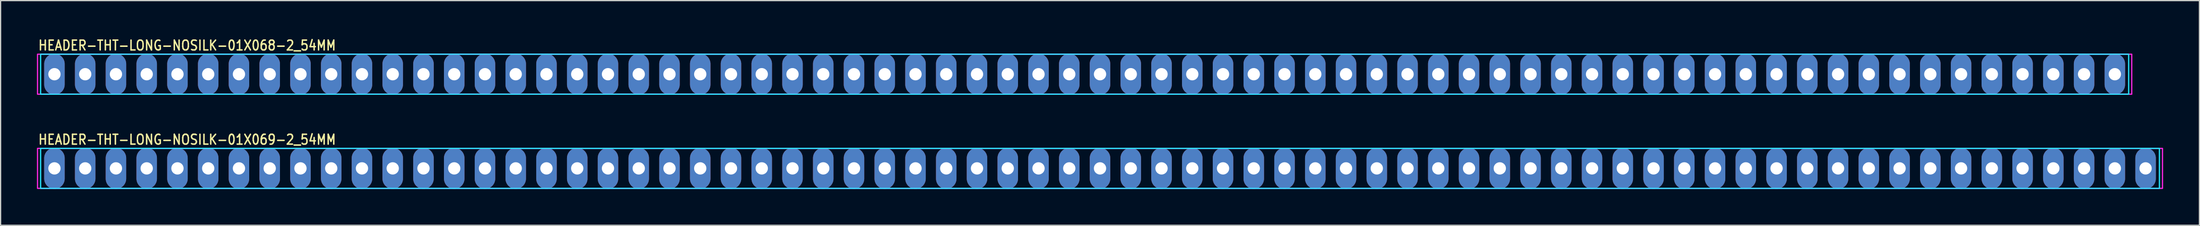
<source format=kicad_pcb>
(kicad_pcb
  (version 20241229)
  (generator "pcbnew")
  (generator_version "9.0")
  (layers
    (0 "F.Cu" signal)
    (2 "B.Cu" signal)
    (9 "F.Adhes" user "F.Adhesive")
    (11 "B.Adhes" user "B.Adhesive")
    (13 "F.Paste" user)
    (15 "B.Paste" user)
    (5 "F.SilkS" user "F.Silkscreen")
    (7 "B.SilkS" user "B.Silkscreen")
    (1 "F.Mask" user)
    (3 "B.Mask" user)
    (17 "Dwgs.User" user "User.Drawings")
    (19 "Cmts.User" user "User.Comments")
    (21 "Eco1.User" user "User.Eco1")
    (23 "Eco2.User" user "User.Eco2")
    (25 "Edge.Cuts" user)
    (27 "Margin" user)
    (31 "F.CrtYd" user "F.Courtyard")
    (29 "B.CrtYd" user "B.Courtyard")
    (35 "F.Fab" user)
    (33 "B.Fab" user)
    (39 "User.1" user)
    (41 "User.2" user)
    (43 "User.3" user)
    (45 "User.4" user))
  (footprint "HEADER-THT-LONG-NOSILK-01X069-2_54MM"
    (layer "F.Cu")
    (at 1.447 10.858)
    (property "Reference" "HEADER-THT-LONG-NOSILK-01X069-2_54MM" (at -1.4 -1.9 0) (unlocked yes) (layer "F.SilkS") (effects (font (size 0.813 0.695) (thickness 0.122)) (justify left bottom)))
    (fp_poly (pts (xy -1.143 -1.651) (xy 173.863 -1.651) (xy 173.863 1.651) (xy -1.143 1.651)) (stroke (width 0.1) (type solid)) (fill no) (layer "B.CrtYd"))
    (fp_poly (pts (xy -1.397 -1.651) (xy 174.117 -1.651) (xy 174.117 1.651) (xy -1.397 1.651)) (stroke (width 0.1) (type solid)) (fill no) (layer "F.CrtYd"))
    (pad "1" thru_hole oval (at 0 0 90) (size 3.387 1.693) (drill 1.016) (layers "*.Cu" "*.Mask"))
    (pad "2" thru_hole oval (at 2.54 0 90) (size 3.387 1.693) (drill 1.016) (layers "*.Cu" "*.Mask"))
    (pad "3" thru_hole oval (at 5.08 0 90) (size 3.387 1.693) (drill 1.016) (layers "*.Cu" "*.Mask"))
    (pad "4" thru_hole oval (at 7.62 0 90) (size 3.387 1.693) (drill 1.016) (layers "*.Cu" "*.Mask"))
    (pad "5" thru_hole oval (at 10.16 0 90) (size 3.387 1.693) (drill 1.016) (layers "*.Cu" "*.Mask"))
    (pad "6" thru_hole oval (at 12.7 0 90) (size 3.387 1.693) (drill 1.016) (layers "*.Cu" "*.Mask"))
    (pad "7" thru_hole oval (at 15.24 0 90) (size 3.387 1.693) (drill 1.016) (layers "*.Cu" "*.Mask"))
    (pad "8" thru_hole oval (at 17.78 0 90) (size 3.387 1.693) (drill 1.016) (layers "*.Cu" "*.Mask"))
    (pad "9" thru_hole oval (at 20.32 0 90) (size 3.387 1.693) (drill 1.016) (layers "*.Cu" "*.Mask"))
    (pad "10" thru_hole oval (at 22.86 0 90) (size 3.387 1.693) (drill 1.016) (layers "*.Cu" "*.Mask"))
    (pad "11" thru_hole oval (at 25.4 0 90) (size 3.387 1.693) (drill 1.016) (layers "*.Cu" "*.Mask"))
    (pad "12" thru_hole oval (at 27.94 0 90) (size 3.387 1.693) (drill 1.016) (layers "*.Cu" "*.Mask"))
    (pad "13" thru_hole oval (at 30.48 0 90) (size 3.387 1.693) (drill 1.016) (layers "*.Cu" "*.Mask"))
    (pad "14" thru_hole oval (at 33.02 0 90) (size 3.387 1.693) (drill 1.016) (layers "*.Cu" "*.Mask"))
    (pad "15" thru_hole oval (at 35.56 0 90) (size 3.387 1.693) (drill 1.016) (layers "*.Cu" "*.Mask"))
    (pad "16" thru_hole oval (at 38.1 0 90) (size 3.387 1.693) (drill 1.016) (layers "*.Cu" "*.Mask"))
    (pad "17" thru_hole oval (at 40.64 0 90) (size 3.387 1.693) (drill 1.016) (layers "*.Cu" "*.Mask"))
    (pad "18" thru_hole oval (at 43.18 0 90) (size 3.387 1.693) (drill 1.016) (layers "*.Cu" "*.Mask"))
    (pad "19" thru_hole oval (at 45.72 0 90) (size 3.387 1.693) (drill 1.016) (layers "*.Cu" "*.Mask"))
    (pad "20" thru_hole oval (at 48.26 0 90) (size 3.387 1.693) (drill 1.016) (layers "*.Cu" "*.Mask"))
    (pad "21" thru_hole oval (at 50.8 0 90) (size 3.387 1.693) (drill 1.016) (layers "*.Cu" "*.Mask"))
    (pad "22" thru_hole oval (at 53.34 0 90) (size 3.387 1.693) (drill 1.016) (layers "*.Cu" "*.Mask"))
    (pad "23" thru_hole oval (at 55.88 0 90) (size 3.387 1.693) (drill 1.016) (layers "*.Cu" "*.Mask"))
    (pad "24" thru_hole oval (at 58.42 0 90) (size 3.387 1.693) (drill 1.016) (layers "*.Cu" "*.Mask"))
    (pad "25" thru_hole oval (at 60.96 0 90) (size 3.387 1.693) (drill 1.016) (layers "*.Cu" "*.Mask"))
    (pad "26" thru_hole oval (at 63.5 0 90) (size 3.387 1.693) (drill 1.016) (layers "*.Cu" "*.Mask"))
    (pad "27" thru_hole oval (at 66.04 0 90) (size 3.387 1.693) (drill 1.016) (layers "*.Cu" "*.Mask"))
    (pad "28" thru_hole oval (at 68.58 0 90) (size 3.387 1.693) (drill 1.016) (layers "*.Cu" "*.Mask"))
    (pad "29" thru_hole oval (at 71.12 0 90) (size 3.387 1.693) (drill 1.016) (layers "*.Cu" "*.Mask"))
    (pad "30" thru_hole oval (at 73.66 0 90) (size 3.387 1.693) (drill 1.016) (layers "*.Cu" "*.Mask"))
    (pad "31" thru_hole oval (at 76.2 0 90) (size 3.387 1.693) (drill 1.016) (layers "*.Cu" "*.Mask"))
    (pad "32" thru_hole oval (at 78.74 0 90) (size 3.387 1.693) (drill 1.016) (layers "*.Cu" "*.Mask"))
    (pad "33" thru_hole oval (at 81.28 0 90) (size 3.387 1.693) (drill 1.016) (layers "*.Cu" "*.Mask"))
    (pad "34" thru_hole oval (at 83.82 0 90) (size 3.387 1.693) (drill 1.016) (layers "*.Cu" "*.Mask"))
    (pad "35" thru_hole oval (at 86.36 0 90) (size 3.387 1.693) (drill 1.016) (layers "*.Cu" "*.Mask"))
    (pad "36" thru_hole oval (at 88.9 0 90) (size 3.387 1.693) (drill 1.016) (layers "*.Cu" "*.Mask"))
    (pad "37" thru_hole oval (at 91.44 0 90) (size 3.387 1.693) (drill 1.016) (layers "*.Cu" "*.Mask"))
    (pad "38" thru_hole oval (at 93.98 0 90) (size 3.387 1.693) (drill 1.016) (layers "*.Cu" "*.Mask"))
    (pad "39" thru_hole oval (at 96.52 0 90) (size 3.387 1.693) (drill 1.016) (layers "*.Cu" "*.Mask"))
    (pad "40" thru_hole oval (at 99.06 0 90) (size 3.387 1.693) (drill 1.016) (layers "*.Cu" "*.Mask"))
    (pad "41" thru_hole oval (at 101.6 0 90) (size 3.387 1.693) (drill 1.016) (layers "*.Cu" "*.Mask"))
    (pad "42" thru_hole oval (at 104.14 0 90) (size 3.387 1.693) (drill 1.016) (layers "*.Cu" "*.Mask"))
    (pad "43" thru_hole oval (at 106.68 0 90) (size 3.387 1.693) (drill 1.016) (layers "*.Cu" "*.Mask"))
    (pad "44" thru_hole oval (at 109.22 0 90) (size 3.387 1.693) (drill 1.016) (layers "*.Cu" "*.Mask"))
    (pad "45" thru_hole oval (at 111.76 0 90) (size 3.387 1.693) (drill 1.016) (layers "*.Cu" "*.Mask"))
    (pad "46" thru_hole oval (at 114.3 0 90) (size 3.387 1.693) (drill 1.016) (layers "*.Cu" "*.Mask"))
    (pad "47" thru_hole oval (at 116.84 0 90) (size 3.387 1.693) (drill 1.016) (layers "*.Cu" "*.Mask"))
    (pad "48" thru_hole oval (at 119.38 0 90) (size 3.387 1.693) (drill 1.016) (layers "*.Cu" "*.Mask"))
    (pad "49" thru_hole oval (at 121.92 0 90) (size 3.387 1.693) (drill 1.016) (layers "*.Cu" "*.Mask"))
    (pad "50" thru_hole oval (at 124.46 0 90) (size 3.387 1.693) (drill 1.016) (layers "*.Cu" "*.Mask"))
    (pad "51" thru_hole oval (at 127 0 90) (size 3.387 1.693) (drill 1.016) (layers "*.Cu" "*.Mask"))
    (pad "52" thru_hole oval (at 129.54 0 90) (size 3.387 1.693) (drill 1.016) (layers "*.Cu" "*.Mask"))
    (pad "53" thru_hole oval (at 132.08 0 90) (size 3.387 1.693) (drill 1.016) (layers "*.Cu" "*.Mask"))
    (pad "54" thru_hole oval (at 134.62 0 90) (size 3.387 1.693) (drill 1.016) (layers "*.Cu" "*.Mask"))
    (pad "55" thru_hole oval (at 137.16 0 90) (size 3.387 1.693) (drill 1.016) (layers "*.Cu" "*.Mask"))
    (pad "56" thru_hole oval (at 139.7 0 90) (size 3.387 1.693) (drill 1.016) (layers "*.Cu" "*.Mask"))
    (pad "57" thru_hole oval (at 142.24 0 90) (size 3.387 1.693) (drill 1.016) (layers "*.Cu" "*.Mask"))
    (pad "58" thru_hole oval (at 144.78 0 90) (size 3.387 1.693) (drill 1.016) (layers "*.Cu" "*.Mask"))
    (pad "59" thru_hole oval (at 147.32 0 90) (size 3.387 1.693) (drill 1.016) (layers "*.Cu" "*.Mask"))
    (pad "60" thru_hole oval (at 149.86 0 90) (size 3.387 1.693) (drill 1.016) (layers "*.Cu" "*.Mask"))
    (pad "61" thru_hole oval (at 152.4 0 90) (size 3.387 1.693) (drill 1.016) (layers "*.Cu" "*.Mask"))
    (pad "62" thru_hole oval (at 154.94 0 90) (size 3.387 1.693) (drill 1.016) (layers "*.Cu" "*.Mask"))
    (pad "63" thru_hole oval (at 157.48 0 90) (size 3.387 1.693) (drill 1.016) (layers "*.Cu" "*.Mask"))
    (pad "64" thru_hole oval (at 160.02 0 90) (size 3.387 1.693) (drill 1.016) (layers "*.Cu" "*.Mask"))
    (pad "65" thru_hole oval (at 162.56 0 90) (size 3.387 1.693) (drill 1.016) (layers "*.Cu" "*.Mask"))
    (pad "66" thru_hole oval (at 165.1 0 90) (size 3.387 1.693) (drill 1.016) (layers "*.Cu" "*.Mask"))
    (pad "67" thru_hole oval (at 167.64 0 90) (size 3.387 1.693) (drill 1.016) (layers "*.Cu" "*.Mask"))
    (pad "68" thru_hole oval (at 170.18 0 90) (size 3.387 1.693) (drill 1.016) (layers "*.Cu" "*.Mask"))
    (pad "69" thru_hole oval (at 172.72 0 90) (size 3.387 1.693) (drill 1.016) (layers "*.Cu" "*.Mask")))
  (footprint "HEADER-THT-LONG-NOSILK-01X068-2_54MM"
    (layer "F.Cu")
    (at 1.447 3.079)
    (property "Reference" "HEADER-THT-LONG-NOSILK-01X068-2_54MM" (at -1.4 -1.9 0) (unlocked yes) (layer "F.SilkS") (effects (font (size 0.813 0.695) (thickness 0.122)) (justify left bottom)))
    (fp_poly (pts (xy -1.143 -1.651) (xy 171.323 -1.651) (xy 171.323 1.651) (xy -1.143 1.651)) (stroke (width 0.1) (type solid)) (fill no) (layer "B.CrtYd"))
    (fp_poly (pts (xy -1.397 -1.651) (xy 171.577 -1.651) (xy 171.577 1.651) (xy -1.397 1.651)) (stroke (width 0.1) (type solid)) (fill no) (layer "F.CrtYd"))
    (pad "1" thru_hole oval (at 0 0 90) (size 3.387 1.693) (drill 1.016) (layers "*.Cu" "*.Mask"))
    (pad "2" thru_hole oval (at 2.54 0 90) (size 3.387 1.693) (drill 1.016) (layers "*.Cu" "*.Mask"))
    (pad "3" thru_hole oval (at 5.08 0 90) (size 3.387 1.693) (drill 1.016) (layers "*.Cu" "*.Mask"))
    (pad "4" thru_hole oval (at 7.62 0 90) (size 3.387 1.693) (drill 1.016) (layers "*.Cu" "*.Mask"))
    (pad "5" thru_hole oval (at 10.16 0 90) (size 3.387 1.693) (drill 1.016) (layers "*.Cu" "*.Mask"))
    (pad "6" thru_hole oval (at 12.7 0 90) (size 3.387 1.693) (drill 1.016) (layers "*.Cu" "*.Mask"))
    (pad "7" thru_hole oval (at 15.24 0 90) (size 3.387 1.693) (drill 1.016) (layers "*.Cu" "*.Mask"))
    (pad "8" thru_hole oval (at 17.78 0 90) (size 3.387 1.693) (drill 1.016) (layers "*.Cu" "*.Mask"))
    (pad "9" thru_hole oval (at 20.32 0 90) (size 3.387 1.693) (drill 1.016) (layers "*.Cu" "*.Mask"))
    (pad "10" thru_hole oval (at 22.86 0 90) (size 3.387 1.693) (drill 1.016) (layers "*.Cu" "*.Mask"))
    (pad "11" thru_hole oval (at 25.4 0 90) (size 3.387 1.693) (drill 1.016) (layers "*.Cu" "*.Mask"))
    (pad "12" thru_hole oval (at 27.94 0 90) (size 3.387 1.693) (drill 1.016) (layers "*.Cu" "*.Mask"))
    (pad "13" thru_hole oval (at 30.48 0 90) (size 3.387 1.693) (drill 1.016) (layers "*.Cu" "*.Mask"))
    (pad "14" thru_hole oval (at 33.02 0 90) (size 3.387 1.693) (drill 1.016) (layers "*.Cu" "*.Mask"))
    (pad "15" thru_hole oval (at 35.56 0 90) (size 3.387 1.693) (drill 1.016) (layers "*.Cu" "*.Mask"))
    (pad "16" thru_hole oval (at 38.1 0 90) (size 3.387 1.693) (drill 1.016) (layers "*.Cu" "*.Mask"))
    (pad "17" thru_hole oval (at 40.64 0 90) (size 3.387 1.693) (drill 1.016) (layers "*.Cu" "*.Mask"))
    (pad "18" thru_hole oval (at 43.18 0 90) (size 3.387 1.693) (drill 1.016) (layers "*.Cu" "*.Mask"))
    (pad "19" thru_hole oval (at 45.72 0 90) (size 3.387 1.693) (drill 1.016) (layers "*.Cu" "*.Mask"))
    (pad "20" thru_hole oval (at 48.26 0 90) (size 3.387 1.693) (drill 1.016) (layers "*.Cu" "*.Mask"))
    (pad "21" thru_hole oval (at 50.8 0 90) (size 3.387 1.693) (drill 1.016) (layers "*.Cu" "*.Mask"))
    (pad "22" thru_hole oval (at 53.34 0 90) (size 3.387 1.693) (drill 1.016) (layers "*.Cu" "*.Mask"))
    (pad "23" thru_hole oval (at 55.88 0 90) (size 3.387 1.693) (drill 1.016) (layers "*.Cu" "*.Mask"))
    (pad "24" thru_hole oval (at 58.42 0 90) (size 3.387 1.693) (drill 1.016) (layers "*.Cu" "*.Mask"))
    (pad "25" thru_hole oval (at 60.96 0 90) (size 3.387 1.693) (drill 1.016) (layers "*.Cu" "*.Mask"))
    (pad "26" thru_hole oval (at 63.5 0 90) (size 3.387 1.693) (drill 1.016) (layers "*.Cu" "*.Mask"))
    (pad "27" thru_hole oval (at 66.04 0 90) (size 3.387 1.693) (drill 1.016) (layers "*.Cu" "*.Mask"))
    (pad "28" thru_hole oval (at 68.58 0 90) (size 3.387 1.693) (drill 1.016) (layers "*.Cu" "*.Mask"))
    (pad "29" thru_hole oval (at 71.12 0 90) (size 3.387 1.693) (drill 1.016) (layers "*.Cu" "*.Mask"))
    (pad "30" thru_hole oval (at 73.66 0 90) (size 3.387 1.693) (drill 1.016) (layers "*.Cu" "*.Mask"))
    (pad "31" thru_hole oval (at 76.2 0 90) (size 3.387 1.693) (drill 1.016) (layers "*.Cu" "*.Mask"))
    (pad "32" thru_hole oval (at 78.74 0 90) (size 3.387 1.693) (drill 1.016) (layers "*.Cu" "*.Mask"))
    (pad "33" thru_hole oval (at 81.28 0 90) (size 3.387 1.693) (drill 1.016) (layers "*.Cu" "*.Mask"))
    (pad "34" thru_hole oval (at 83.82 0 90) (size 3.387 1.693) (drill 1.016) (layers "*.Cu" "*.Mask"))
    (pad "35" thru_hole oval (at 86.36 0 90) (size 3.387 1.693) (drill 1.016) (layers "*.Cu" "*.Mask"))
    (pad "36" thru_hole oval (at 88.9 0 90) (size 3.387 1.693) (drill 1.016) (layers "*.Cu" "*.Mask"))
    (pad "37" thru_hole oval (at 91.44 0 90) (size 3.387 1.693) (drill 1.016) (layers "*.Cu" "*.Mask"))
    (pad "38" thru_hole oval (at 93.98 0 90) (size 3.387 1.693) (drill 1.016) (layers "*.Cu" "*.Mask"))
    (pad "39" thru_hole oval (at 96.52 0 90) (size 3.387 1.693) (drill 1.016) (layers "*.Cu" "*.Mask"))
    (pad "40" thru_hole oval (at 99.06 0 90) (size 3.387 1.693) (drill 1.016) (layers "*.Cu" "*.Mask"))
    (pad "41" thru_hole oval (at 101.6 0 90) (size 3.387 1.693) (drill 1.016) (layers "*.Cu" "*.Mask"))
    (pad "42" thru_hole oval (at 104.14 0 90) (size 3.387 1.693) (drill 1.016) (layers "*.Cu" "*.Mask"))
    (pad "43" thru_hole oval (at 106.68 0 90) (size 3.387 1.693) (drill 1.016) (layers "*.Cu" "*.Mask"))
    (pad "44" thru_hole oval (at 109.22 0 90) (size 3.387 1.693) (drill 1.016) (layers "*.Cu" "*.Mask"))
    (pad "45" thru_hole oval (at 111.76 0 90) (size 3.387 1.693) (drill 1.016) (layers "*.Cu" "*.Mask"))
    (pad "46" thru_hole oval (at 114.3 0 90) (size 3.387 1.693) (drill 1.016) (layers "*.Cu" "*.Mask"))
    (pad "47" thru_hole oval (at 116.84 0 90) (size 3.387 1.693) (drill 1.016) (layers "*.Cu" "*.Mask"))
    (pad "48" thru_hole oval (at 119.38 0 90) (size 3.387 1.693) (drill 1.016) (layers "*.Cu" "*.Mask"))
    (pad "49" thru_hole oval (at 121.92 0 90) (size 3.387 1.693) (drill 1.016) (layers "*.Cu" "*.Mask"))
    (pad "50" thru_hole oval (at 124.46 0 90) (size 3.387 1.693) (drill 1.016) (layers "*.Cu" "*.Mask"))
    (pad "51" thru_hole oval (at 127 0 90) (size 3.387 1.693) (drill 1.016) (layers "*.Cu" "*.Mask"))
    (pad "52" thru_hole oval (at 129.54 0 90) (size 3.387 1.693) (drill 1.016) (layers "*.Cu" "*.Mask"))
    (pad "53" thru_hole oval (at 132.08 0 90) (size 3.387 1.693) (drill 1.016) (layers "*.Cu" "*.Mask"))
    (pad "54" thru_hole oval (at 134.62 0 90) (size 3.387 1.693) (drill 1.016) (layers "*.Cu" "*.Mask"))
    (pad "55" thru_hole oval (at 137.16 0 90) (size 3.387 1.693) (drill 1.016) (layers "*.Cu" "*.Mask"))
    (pad "56" thru_hole oval (at 139.7 0 90) (size 3.387 1.693) (drill 1.016) (layers "*.Cu" "*.Mask"))
    (pad "57" thru_hole oval (at 142.24 0 90) (size 3.387 1.693) (drill 1.016) (layers "*.Cu" "*.Mask"))
    (pad "58" thru_hole oval (at 144.78 0 90) (size 3.387 1.693) (drill 1.016) (layers "*.Cu" "*.Mask"))
    (pad "59" thru_hole oval (at 147.32 0 90) (size 3.387 1.693) (drill 1.016) (layers "*.Cu" "*.Mask"))
    (pad "60" thru_hole oval (at 149.86 0 90) (size 3.387 1.693) (drill 1.016) (layers "*.Cu" "*.Mask"))
    (pad "61" thru_hole oval (at 152.4 0 90) (size 3.387 1.693) (drill 1.016) (layers "*.Cu" "*.Mask"))
    (pad "62" thru_hole oval (at 154.94 0 90) (size 3.387 1.693) (drill 1.016) (layers "*.Cu" "*.Mask"))
    (pad "63" thru_hole oval (at 157.48 0 90) (size 3.387 1.693) (drill 1.016) (layers "*.Cu" "*.Mask"))
    (pad "64" thru_hole oval (at 160.02 0 90) (size 3.387 1.693) (drill 1.016) (layers "*.Cu" "*.Mask"))
    (pad "65" thru_hole oval (at 162.56 0 90) (size 3.387 1.693) (drill 1.016) (layers "*.Cu" "*.Mask"))
    (pad "66" thru_hole oval (at 165.1 0 90) (size 3.387 1.693) (drill 1.016) (layers "*.Cu" "*.Mask"))
    (pad "67" thru_hole oval (at 167.64 0 90) (size 3.387 1.693) (drill 1.016) (layers "*.Cu" "*.Mask"))
    (pad "68" thru_hole oval (at 170.18 0 90) (size 3.387 1.693) (drill 1.016) (layers "*.Cu" "*.Mask")))
  (gr_rect
    (start -3 -3)
    (end 178.614 15.559)
    (stroke (width 0.1) (type default))
    (fill no)
    (layer "Edge.Cuts")))
</source>
